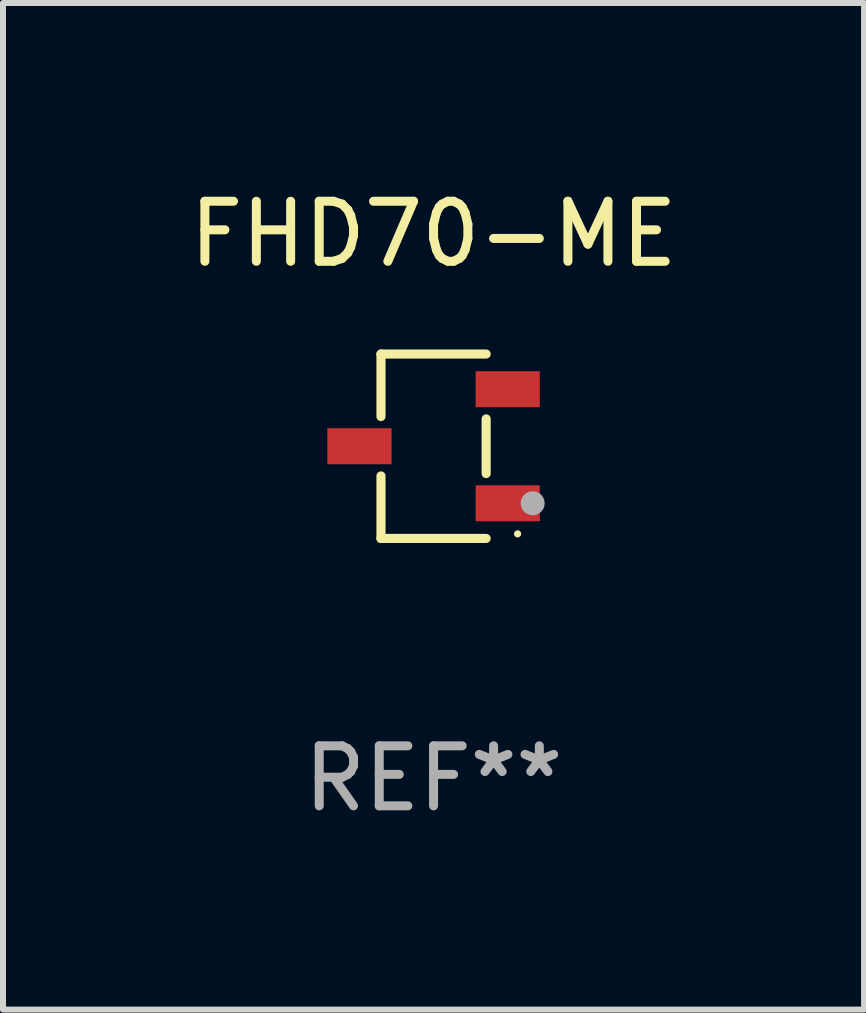
<source format=kicad_pcb>
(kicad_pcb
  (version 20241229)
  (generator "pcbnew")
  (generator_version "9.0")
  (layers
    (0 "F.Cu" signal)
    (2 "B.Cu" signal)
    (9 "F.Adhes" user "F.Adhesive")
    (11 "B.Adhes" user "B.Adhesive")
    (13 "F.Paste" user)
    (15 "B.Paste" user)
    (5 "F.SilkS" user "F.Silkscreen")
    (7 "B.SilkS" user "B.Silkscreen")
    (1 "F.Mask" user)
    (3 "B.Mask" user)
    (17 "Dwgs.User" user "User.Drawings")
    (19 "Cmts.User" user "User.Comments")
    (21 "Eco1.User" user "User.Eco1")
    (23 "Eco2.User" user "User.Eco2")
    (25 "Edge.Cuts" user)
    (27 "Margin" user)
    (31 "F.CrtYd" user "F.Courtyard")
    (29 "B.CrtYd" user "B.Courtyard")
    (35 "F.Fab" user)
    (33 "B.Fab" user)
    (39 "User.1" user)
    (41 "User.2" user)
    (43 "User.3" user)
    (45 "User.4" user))
  (footprint "FHD70-ME"
    (layer "F.Cu")
    (at 4.173 4.384)
    (property "Reference" "FHD70-ME" (at 0 -3.536 0) (layer "F.SilkS") (effects (font (size 1 1) (thickness 0.15))))
    (attr through_hole)
    (fp_line (start -0.876 -1.536) (end -0.876 -0.495) (stroke (width 0.152) (type solid)) (layer "F.SilkS"))
    (fp_line (start -0.876 1.536) (end -0.876 0.495) (stroke (width 0.152) (type solid)) (layer "F.SilkS"))
    (fp_line (start 0.876 -1.536) (end -0.876 -1.536) (stroke (width 0.152) (type solid)) (layer "F.SilkS"))
    (fp_line (start 0.876 -0.455) (end 0.876 0.455) (stroke (width 0.152) (type solid)) (layer "F.SilkS"))
    (fp_line (start 0.876 1.536) (end -0.876 1.536) (stroke (width 0.152) (type solid)) (layer "F.SilkS"))
    (fp_circle (center 1.4 1.46) (end 1.43 1.46) (stroke (width 0.06) (type solid)) (fill no) (layer "F.SilkS"))
    (fp_circle (center 1.651 0.95) (end 1.751 0.95) (stroke (width 0.2) (type solid)) (fill no) (layer "F.Fab"))
    (fp_text user "REF**" (at 0 5.536 0) (layer "F.Fab") (effects (font (size 1 1) (thickness 0.15))))
    (pad "1" smd rect (at 1.235 0.95) (size 1.07 0.6) (layers "F.Cu" "F.Mask" "F.Paste"))
    (pad "2" smd rect (at 1.235 -0.95) (size 1.07 0.6) (layers "F.Cu" "F.Mask" "F.Paste"))
    (pad "3" smd rect (at -1.235 0) (size 1.07 0.6) (layers "F.Cu" "F.Mask" "F.Paste")))
  (gr_rect
    (start -3 -3)
    (end 11.345 13.769)
    (stroke (width 0.1) (type default))
    (fill no)
    (layer "Edge.Cuts")))
</source>
